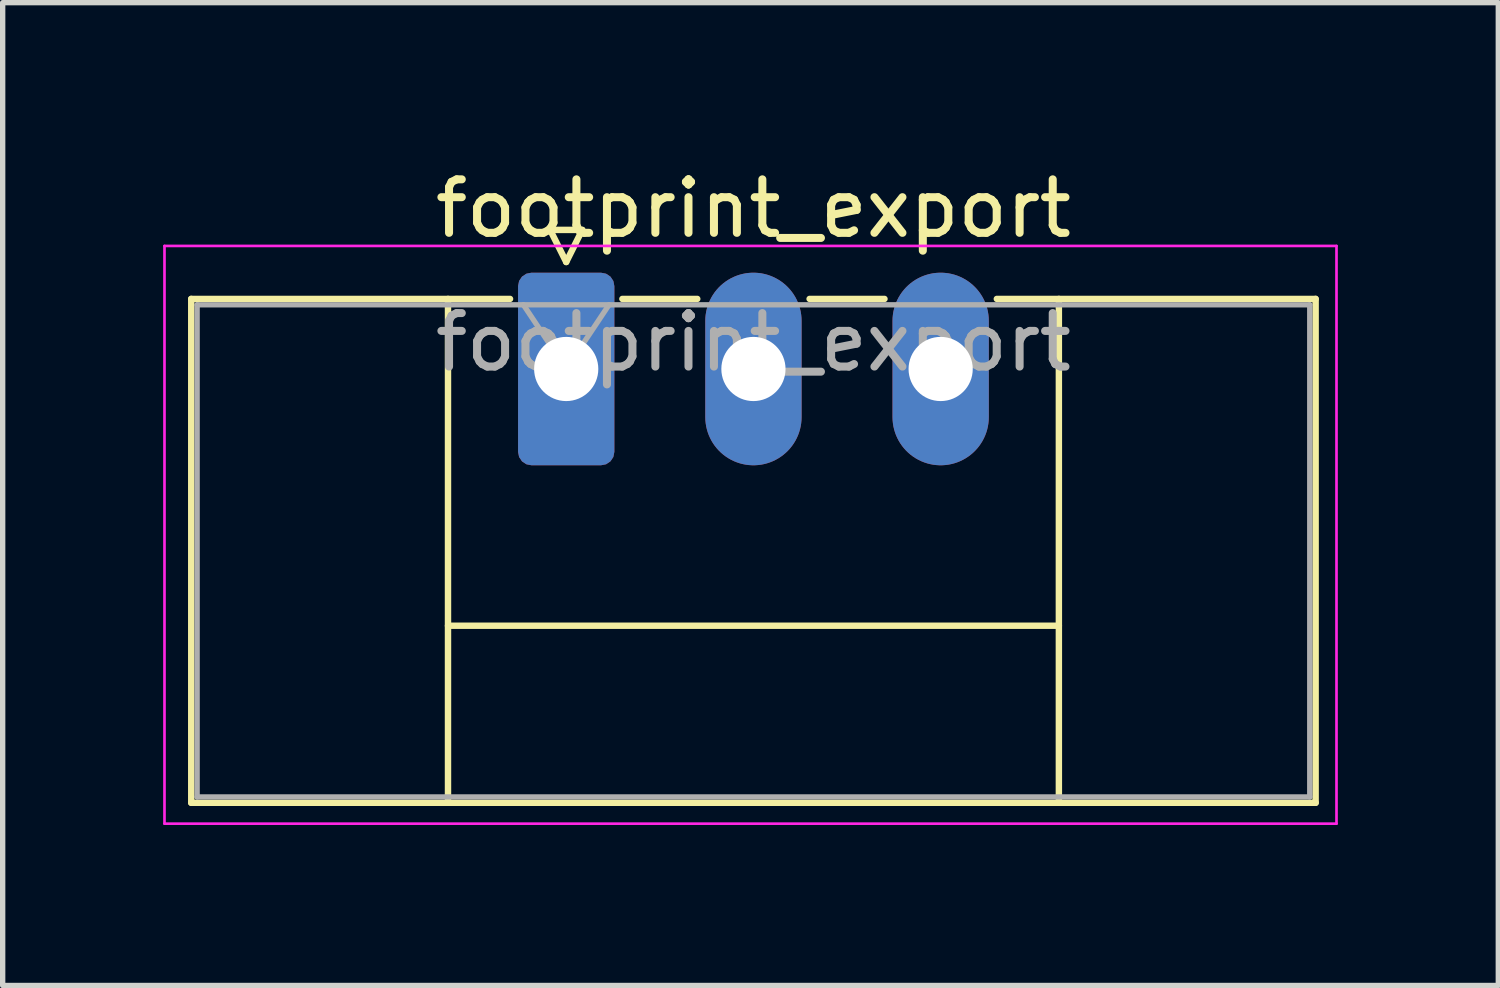
<source format=kicad_pcb>
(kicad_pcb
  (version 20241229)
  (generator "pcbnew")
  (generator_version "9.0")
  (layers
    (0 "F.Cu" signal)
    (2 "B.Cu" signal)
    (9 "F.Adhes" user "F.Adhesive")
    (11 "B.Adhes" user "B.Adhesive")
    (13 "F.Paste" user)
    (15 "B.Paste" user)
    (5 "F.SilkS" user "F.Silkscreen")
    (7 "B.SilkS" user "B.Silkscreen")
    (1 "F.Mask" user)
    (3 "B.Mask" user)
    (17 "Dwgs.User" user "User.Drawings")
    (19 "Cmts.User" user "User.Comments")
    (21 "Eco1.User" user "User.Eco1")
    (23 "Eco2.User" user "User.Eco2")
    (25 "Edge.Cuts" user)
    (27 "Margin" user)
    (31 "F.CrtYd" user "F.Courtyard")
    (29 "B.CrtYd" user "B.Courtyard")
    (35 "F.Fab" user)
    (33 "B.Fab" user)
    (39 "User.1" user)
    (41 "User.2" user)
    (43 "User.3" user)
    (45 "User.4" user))
  (footprint "footprint_export"
    (layer "F.Cu")
    (at 7.535 3.848)
    (property "Reference" "footprint_export" (at 3.5 -3 0) (layer "F.SilkS") (effects (font (size 1 1) (thickness 0.15))))
    (attr through_hole)
    (fp_line (start -7.01 -1.31) (end -7.01 8.11) (stroke (width 0.12) (type solid)) (layer "F.SilkS"))
    (fp_line (start -7.01 -1.31) (end -1.05 -1.31) (stroke (width 0.12) (type solid)) (layer "F.SilkS"))
    (fp_line (start -7.01 8.11) (end 14.01 8.11) (stroke (width 0.12) (type solid)) (layer "F.SilkS"))
    (fp_line (start -2.21 -1.31) (end -2.21 8.11) (stroke (width 0.12) (type solid)) (layer "F.SilkS"))
    (fp_line (start -2.21 4.8) (end 9.21 4.8) (stroke (width 0.12) (type solid)) (layer "F.SilkS"))
    (fp_line (start -0.3 -2.6) (end 0.3 -2.6) (stroke (width 0.12) (type solid)) (layer "F.SilkS"))
    (fp_line (start 0 -2) (end -0.3 -2.6) (stroke (width 0.12) (type solid)) (layer "F.SilkS"))
    (fp_line (start 0.3 -2.6) (end 0 -2) (stroke (width 0.12) (type solid)) (layer "F.SilkS"))
    (fp_line (start 1.05 -1.31) (end 2.45 -1.31) (stroke (width 0.12) (type solid)) (layer "F.SilkS"))
    (fp_line (start 4.55 -1.31) (end 5.95 -1.31) (stroke (width 0.12) (type solid)) (layer "F.SilkS"))
    (fp_line (start 9.21 -1.31) (end 9.21 8.11) (stroke (width 0.12) (type solid)) (layer "F.SilkS"))
    (fp_line (start 14.01 -1.31) (end 8.05 -1.31) (stroke (width 0.12) (type solid)) (layer "F.SilkS"))
    (fp_line (start 14.01 8.11) (end 14.01 -1.31) (stroke (width 0.12) (type solid)) (layer "F.SilkS"))
    (fp_line (start -7.51 -2.3) (end -7.51 8.5) (stroke (width 0.05) (type solid)) (layer "F.CrtYd"))
    (fp_line (start -7.51 8.5) (end 14.4 8.5) (stroke (width 0.05) (type solid)) (layer "F.CrtYd"))
    (fp_line (start 14.4 -2.3) (end -7.51 -2.3) (stroke (width 0.05) (type solid)) (layer "F.CrtYd"))
    (fp_line (start 14.4 8.5) (end 14.4 -2.3) (stroke (width 0.05) (type solid)) (layer "F.CrtYd"))
    (fp_line (start -6.9 -1.2) (end -6.9 8) (stroke (width 0.1) (type solid)) (layer "F.Fab"))
    (fp_line (start -6.9 8) (end 13.9 8) (stroke (width 0.1) (type solid)) (layer "F.Fab"))
    (fp_line (start 0 0) (end -0.8 -1.2) (stroke (width 0.1) (type solid)) (layer "F.Fab"))
    (fp_line (start 0.8 -1.2) (end 0 0) (stroke (width 0.1) (type solid)) (layer "F.Fab"))
    (fp_line (start 13.9 -1.2) (end -6.9 -1.2) (stroke (width 0.1) (type solid)) (layer "F.Fab"))
    (fp_line (start 13.9 8) (end 13.9 -1.2) (stroke (width 0.1) (type solid)) (layer "F.Fab"))
    (fp_text user "${REFERENCE}" (at 3.5 -0.5 0) (layer "F.Fab") (effects (font (size 1 1) (thickness 0.15))))
    (pad "1" thru_hole roundrect (at 0 0) (size 1.8 3.6) (drill 1.2) (layers "*.Cu" "*.Mask") (roundrect_rratio 0.139))
    (pad "2" thru_hole oval (at 3.5 0) (size 1.8 3.6) (drill 1.2) (layers "*.Cu" "*.Mask"))
    (pad "3" thru_hole oval (at 7 0) (size 1.8 3.6) (drill 1.2) (layers "*.Cu" "*.Mask")))
  (gr_rect
    (start -3 -3)
    (end 24.96 15.373)
    (stroke (width 0.1) (type default))
    (fill no)
    (layer "Edge.Cuts")))
</source>
